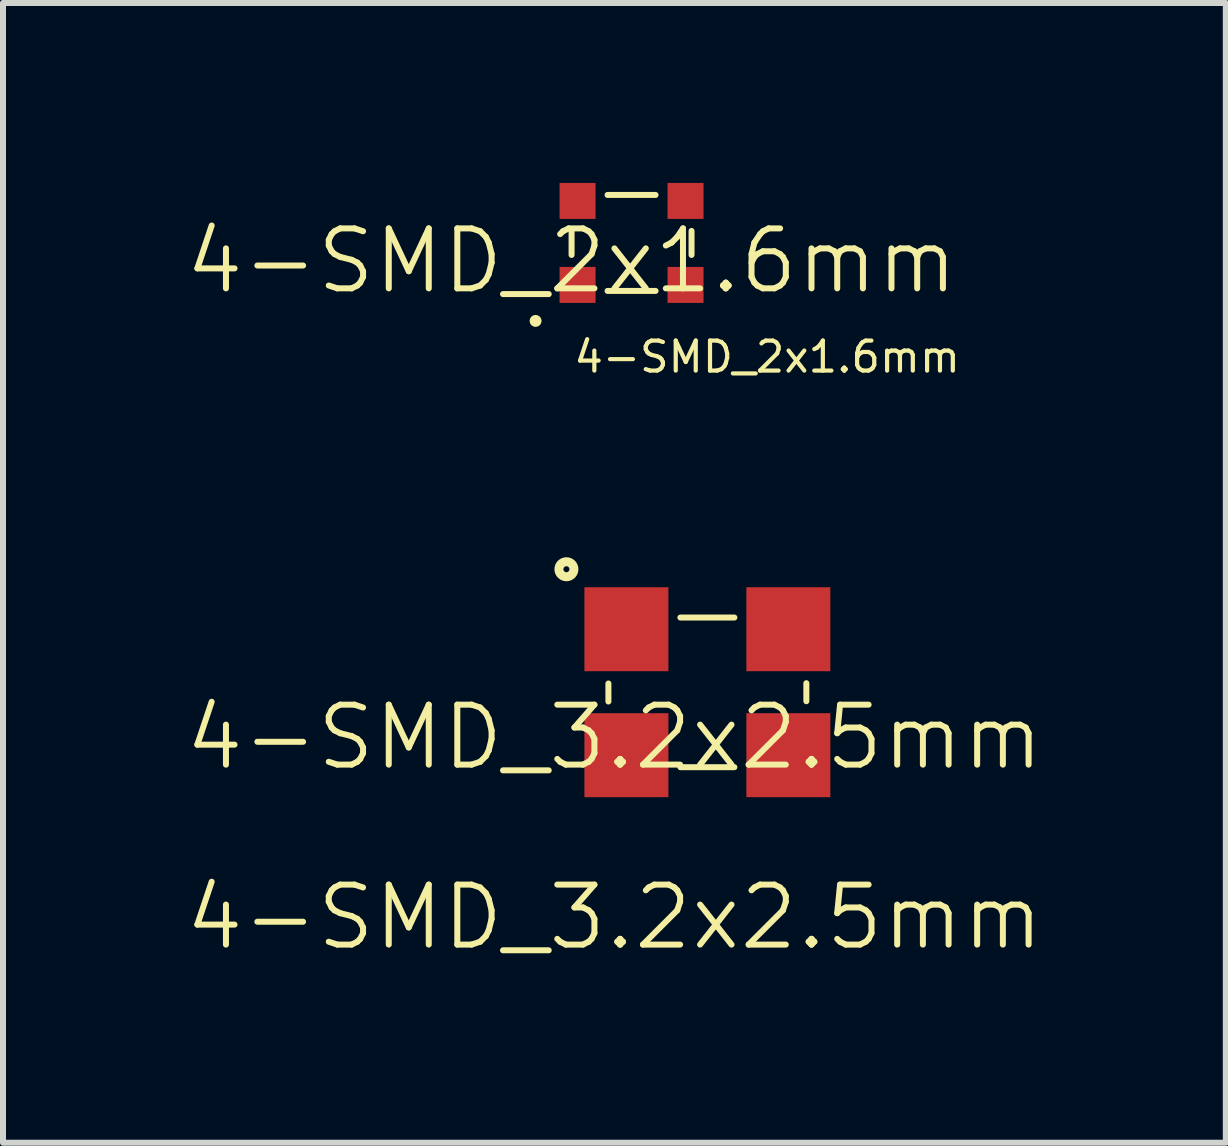
<source format=kicad_pcb>
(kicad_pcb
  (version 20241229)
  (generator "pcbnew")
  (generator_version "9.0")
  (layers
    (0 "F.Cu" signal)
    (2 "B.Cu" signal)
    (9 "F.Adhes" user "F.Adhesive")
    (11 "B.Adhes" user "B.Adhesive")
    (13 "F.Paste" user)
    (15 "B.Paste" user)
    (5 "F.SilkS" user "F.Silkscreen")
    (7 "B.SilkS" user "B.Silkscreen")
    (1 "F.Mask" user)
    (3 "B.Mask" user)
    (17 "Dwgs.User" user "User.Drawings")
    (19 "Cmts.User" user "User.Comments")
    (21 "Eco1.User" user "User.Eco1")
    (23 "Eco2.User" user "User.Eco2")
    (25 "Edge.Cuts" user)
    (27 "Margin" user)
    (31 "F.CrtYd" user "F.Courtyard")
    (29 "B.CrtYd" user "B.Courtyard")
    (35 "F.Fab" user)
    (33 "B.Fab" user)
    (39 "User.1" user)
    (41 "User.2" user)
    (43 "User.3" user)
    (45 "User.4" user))
  (footprint "4-SMD_3.2x2.5mm"
    (layer "F.Cu")
    (at 7.193 9.74)
    (property "Reference" "4-SMD_3.2x2.5mm" (at 0 -0.5 0) (unlocked yes) (layer "F.SilkS") (effects (font (size 1 1) (thickness 0.1))))
    (attr smd)
    (fp_line (start -0.1 -1.395) (end -0.1 -1.095) (stroke (width 0.1) (type default)) (layer "F.SilkS"))
    (fp_line (start 1.1 0) (end 2 0) (stroke (width 0.1) (type default)) (layer "F.SilkS"))
    (fp_line (start 2 -2.495) (end 1.1 -2.495) (stroke (width 0.1) (type default)) (layer "F.SilkS"))
    (fp_line (start 3.2 -1.1) (end 3.2 -1.4) (stroke (width 0.1) (type default)) (layer "F.SilkS"))
    (fp_circle (center -0.8 -3.3) (end -0.75 -3.3) (stroke (width 0.15) (type solid)) (fill no) (layer "F.SilkS"))
    (fp_text user "${REFERENCE}" (at 0 2.5 0) (unlocked yes) (layer "F.SilkS") (effects (font (size 1 1) (thickness 0.1))))
    (pad "1" smd rect (at 0.2 -2.3) (size 1.4 1.4) (layers "F.Cu" "F.Mask" "F.Paste"))
    (pad "2" smd rect (at 0.2 -0.2) (size 1.4 1.4) (layers "F.Cu" "F.Mask" "F.Paste"))
    (pad "2" smd rect (at 2.9 -2.3) (size 1.4 1.4) (layers "F.Cu" "F.Mask" "F.Paste"))
    (pad "3" smd rect (at 2.9 -0.2) (size 1.4 1.4) (layers "F.Cu" "F.Mask" "F.Paste")))
  (footprint "4-SMD_2x1.6mm"
    (layer "F.Cu")
    (at 6.479 1.8)
    (property "Reference" "4-SMD_2x1.6mm" (at 0 -0.5 0) (unlocked yes) (layer "F.SilkS") (effects (font (size 1 1) (thickness 0.1))))
    (attr smd)
    (fp_line (start 0 -1) (end 0 -0.6) (stroke (width 0.1) (type default)) (layer "F.SilkS"))
    (fp_line (start 0.6 0) (end 1.4 0) (stroke (width 0.1) (type default)) (layer "F.SilkS"))
    (fp_line (start 1.4 -1.6) (end 0.6 -1.6) (stroke (width 0.1) (type default)) (layer "F.SilkS"))
    (fp_line (start 2 -0.6) (end 2 -1) (stroke (width 0.1) (type default)) (layer "F.SilkS"))
    (fp_circle (center -0.6 0.5) (end -0.55 0.5) (stroke (width 0.1) (type solid)) (fill no) (layer "F.SilkS"))
    (fp_text user "${REFERENCE}" (at 0 1.1 0) (unlocked yes) (layer "F.SilkS") (effects (font (size 0.5 0.5) (thickness 0.07)) (justify left)))
    (pad "1" smd rect (at 0.1 -0.1) (size 0.6 0.6) (layers "F.Cu" "F.Mask" "F.Paste"))
    (pad "2" smd rect (at 0.1 -1.5) (size 0.6 0.6) (layers "F.Cu" "F.Mask" "F.Paste"))
    (pad "2" smd rect (at 1.9 -0.1) (size 0.6 0.6) (layers "F.Cu" "F.Mask" "F.Paste"))
    (pad "3" smd rect (at 1.9 -1.5) (size 0.6 0.6) (layers "F.Cu" "F.Mask" "F.Paste")))
  (gr_rect
    (start -3 -3)
    (end 17.386 16.001)
    (stroke (width 0.1) (type default))
    (fill no)
    (layer "Edge.Cuts")))
</source>
